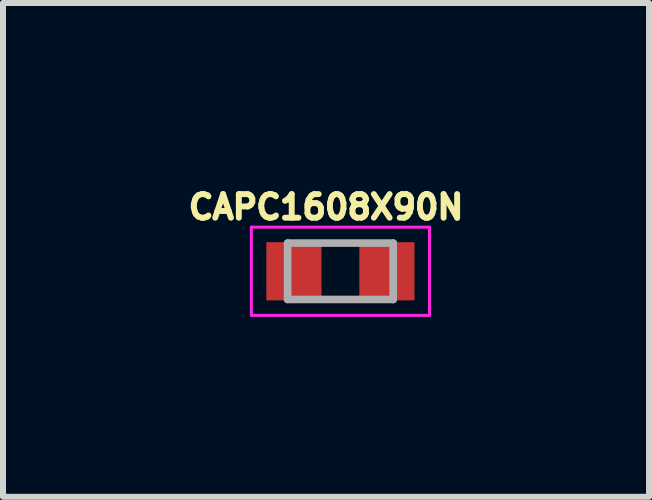
<source format=kicad_pcb>
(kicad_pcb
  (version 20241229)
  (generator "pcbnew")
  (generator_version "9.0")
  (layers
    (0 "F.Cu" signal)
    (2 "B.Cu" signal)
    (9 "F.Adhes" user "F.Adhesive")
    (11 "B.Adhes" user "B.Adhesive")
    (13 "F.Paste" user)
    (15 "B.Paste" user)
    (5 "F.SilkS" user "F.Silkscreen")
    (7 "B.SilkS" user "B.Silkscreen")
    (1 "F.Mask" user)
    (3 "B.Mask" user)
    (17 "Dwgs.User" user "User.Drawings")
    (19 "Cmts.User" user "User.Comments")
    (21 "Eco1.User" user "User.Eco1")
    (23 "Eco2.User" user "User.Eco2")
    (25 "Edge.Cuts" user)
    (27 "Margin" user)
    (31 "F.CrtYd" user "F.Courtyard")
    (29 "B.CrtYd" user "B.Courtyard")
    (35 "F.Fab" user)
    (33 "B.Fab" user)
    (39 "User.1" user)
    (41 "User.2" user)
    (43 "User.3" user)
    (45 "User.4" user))
  (footprint "CAPC1608X90N"
    (layer "F.Cu")
    (at 2.626 1.473)
    (property "Reference" "CAPC1608X90N" (at -0.24 -1.07 0) (layer "F.SilkS") (effects (font (size 0.394 0.394) (thickness 0.15))))
    (attr smd)
    (fp_line (start -1.485 -0.735) (end 1.485 -0.735) (stroke (width 0.05) (type solid)) (layer "F.CrtYd"))
    (fp_line (start -1.485 0.735) (end -1.485 -0.735) (stroke (width 0.05) (type solid)) (layer "F.CrtYd"))
    (fp_line (start -1.485 0.735) (end 1.485 0.735) (stroke (width 0.05) (type solid)) (layer "F.CrtYd"))
    (fp_line (start 1.485 0.735) (end 1.485 -0.735) (stroke (width 0.05) (type solid)) (layer "F.CrtYd"))
    (fp_line (start -0.88 0.47) (end -0.88 -0.47) (stroke (width 0.127) (type solid)) (layer "F.Fab"))
    (fp_line (start 0.88 -0.47) (end -0.88 -0.47) (stroke (width 0.127) (type solid)) (layer "F.Fab"))
    (fp_line (start 0.88 0.47) (end -0.88 0.47) (stroke (width 0.127) (type solid)) (layer "F.Fab"))
    (fp_line (start 0.88 0.47) (end 0.88 -0.47) (stroke (width 0.127) (type solid)) (layer "F.Fab"))
    (pad "1" smd rect (at -0.775 0) (size 0.92 0.97) (layers "F.Cu" "F.Mask" "F.Paste"))
    (pad "2" smd rect (at 0.775 0) (size 0.92 0.97) (layers "F.Cu" "F.Mask" "F.Paste")))
  (gr_rect
    (start -3 -3)
    (end 7.772 5.233)
    (stroke (width 0.1) (type default))
    (fill no)
    (layer "Edge.Cuts")))
</source>
